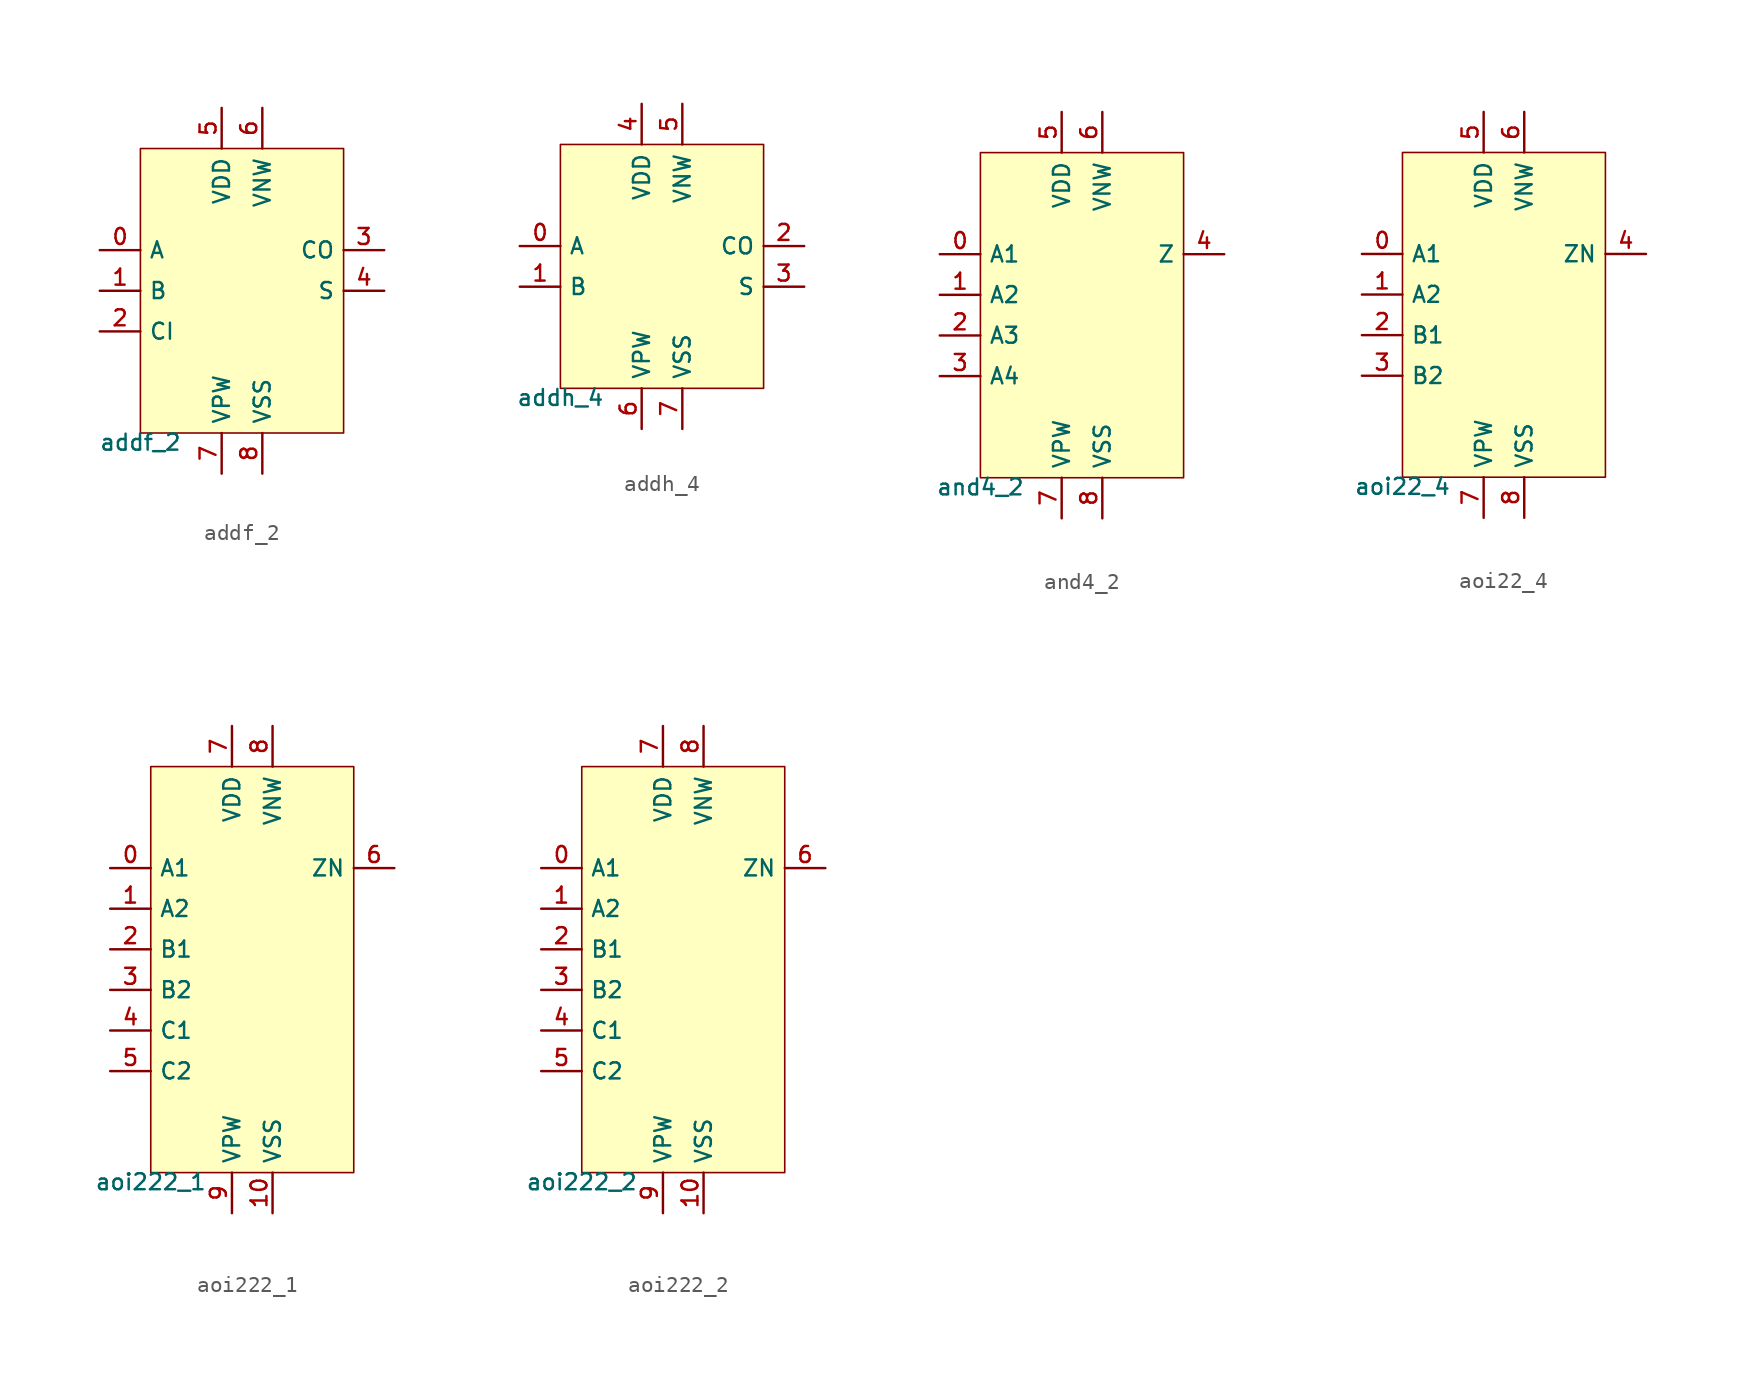
<source format=kicad_sym>
(kicad_symbol_lib
  (version 20211014)
  (generator pdk2kicad)
  (symbol "addf_2"
    (property "Reference" "X"
      (at 0 0 0)
      (effects (font (size 1 1)) hide))
    (property "Value" "addf_2"
      (at -6.35 -8.89 0)
      (effects (font (size 1 1)) (justify top)))
    (rectangle
      (start -6.35 -8.89)
      (end 6.35 8.89)
      (stroke (width 0.1) (type solid) (color 0 0 0 0))
      (fill (type background)))
    (pin input line
      (at -8.89 2.54 0)
      (length 2.54)
      (name "A" (effects (font (size 1 1)) hide))
      (number "0" (effects (font (size 1 1)) hide)))
    (pin input line
      (at -8.89 4.440892098500626e-16 0)
      (length 2.54)
      (name "B" (effects (font (size 1 1)) hide))
      (number "1" (effects (font (size 1 1)) hide)))
    (pin input line
      (at -8.89 -2.54 0)
      (length 2.54)
      (name "CI" (effects (font (size 1 1)) hide))
      (number "2" (effects (font (size 1 1)) hide)))
    (pin output line
      (at 8.89 2.54 180)
      (length 2.54)
      (name "CO" (effects (font (size 1 1)) hide))
      (number "3" (effects (font (size 1 1)) hide)))
    (pin output line
      (at 8.89 4.440892098500626e-16 180)
      (length 2.54)
      (name "S" (effects (font (size 1 1)) hide))
      (number "4" (effects (font (size 1 1)) hide)))
    (pin power_in line
      (at -1.27 11.43 270)
      (length 2.54)
      (name "VDD" (effects (font (size 1 1)) hide))
      (number "5" (effects (font (size 1 1)) hide)))
    (pin power_in line
      (at 1.27 11.43 270)
      (length 2.54)
      (name "VNW" (effects (font (size 1 1)) hide))
      (number "6" (effects (font (size 1 1)) hide)))
    (pin power_in line
      (at -1.27 -11.43 90)
      (length 2.54)
      (name "VPW" (effects (font (size 1 1)) hide))
      (number "7" (effects (font (size 1 1)) hide)))
    (pin power_in line
      (at 1.27 -11.43 90)
      (length 2.54)
      (name "VSS" (effects (font (size 1 1)) hide))
      (number "8" (effects (font (size 1 1)) hide))))
  (symbol "addh_4"
    (property "Reference" "X"
      (at 0 0 0)
      (effects (font (size 1 1)) hide))
    (property "Value" "addh_4"
      (at -6.35 -7.62 0)
      (effects (font (size 1 1)) (justify top)))
    (rectangle
      (start -6.35 -7.62)
      (end 6.35 7.62)
      (stroke (width 0.1) (type solid) (color 0 0 0 0))
      (fill (type background)))
    (pin input line
      (at -8.89 1.27 0)
      (length 2.54)
      (name "A" (effects (font (size 1 1)) hide))
      (number "0" (effects (font (size 1 1)) hide)))
    (pin input line
      (at -8.89 -1.27 0)
      (length 2.54)
      (name "B" (effects (font (size 1 1)) hide))
      (number "1" (effects (font (size 1 1)) hide)))
    (pin output line
      (at 8.89 1.27 180)
      (length 2.54)
      (name "CO" (effects (font (size 1 1)) hide))
      (number "2" (effects (font (size 1 1)) hide)))
    (pin output line
      (at 8.89 -1.27 180)
      (length 2.54)
      (name "S" (effects (font (size 1 1)) hide))
      (number "3" (effects (font (size 1 1)) hide)))
    (pin power_in line
      (at -1.27 10.16 270)
      (length 2.54)
      (name "VDD" (effects (font (size 1 1)) hide))
      (number "4" (effects (font (size 1 1)) hide)))
    (pin power_in line
      (at 1.27 10.16 270)
      (length 2.54)
      (name "VNW" (effects (font (size 1 1)) hide))
      (number "5" (effects (font (size 1 1)) hide)))
    (pin power_in line
      (at -1.27 -10.16 90)
      (length 2.54)
      (name "VPW" (effects (font (size 1 1)) hide))
      (number "6" (effects (font (size 1 1)) hide)))
    (pin power_in line
      (at 1.27 -10.16 90)
      (length 2.54)
      (name "VSS" (effects (font (size 1 1)) hide))
      (number "7" (effects (font (size 1 1)) hide))))
  (symbol "and4_2"
    (property "Reference" "X"
      (at 0 0 0)
      (effects (font (size 1 1)) hide))
    (property "Value" "and4_2"
      (at -6.35 -10.16 0)
      (effects (font (size 1 1)) (justify top)))
    (rectangle
      (start -6.35 -10.16)
      (end 6.35 10.16)
      (stroke (width 0.1) (type solid) (color 0 0 0 0))
      (fill (type background)))
    (pin input line
      (at -8.89 3.81 0)
      (length 2.54)
      (name "A1" (effects (font (size 1 1)) hide))
      (number "0" (effects (font (size 1 1)) hide)))
    (pin input line
      (at -8.89 1.27 0)
      (length 2.54)
      (name "A2" (effects (font (size 1 1)) hide))
      (number "1" (effects (font (size 1 1)) hide)))
    (pin input line
      (at -8.89 -1.27 0)
      (length 2.54)
      (name "A3" (effects (font (size 1 1)) hide))
      (number "2" (effects (font (size 1 1)) hide)))
    (pin input line
      (at -8.89 -3.81 0)
      (length 2.54)
      (name "A4" (effects (font (size 1 1)) hide))
      (number "3" (effects (font (size 1 1)) hide)))
    (pin output line
      (at 8.89 3.81 180)
      (length 2.54)
      (name "Z" (effects (font (size 1 1)) hide))
      (number "4" (effects (font (size 1 1)) hide)))
    (pin power_in line
      (at -1.27 12.7 270)
      (length 2.54)
      (name "VDD" (effects (font (size 1 1)) hide))
      (number "5" (effects (font (size 1 1)) hide)))
    (pin power_in line
      (at 1.27 12.7 270)
      (length 2.54)
      (name "VNW" (effects (font (size 1 1)) hide))
      (number "6" (effects (font (size 1 1)) hide)))
    (pin power_in line
      (at -1.27 -12.7 90)
      (length 2.54)
      (name "VPW" (effects (font (size 1 1)) hide))
      (number "7" (effects (font (size 1 1)) hide)))
    (pin power_in line
      (at 1.27 -12.7 90)
      (length 2.54)
      (name "VSS" (effects (font (size 1 1)) hide))
      (number "8" (effects (font (size 1 1)) hide))))
  (symbol "aoi22_4"
    (property "Reference" "X"
      (at 0 0 0)
      (effects (font (size 1 1)) hide))
    (property "Value" "aoi22_4"
      (at -6.35 -10.16 0)
      (effects (font (size 1 1)) (justify top)))
    (rectangle
      (start -6.35 -10.16)
      (end 6.35 10.16)
      (stroke (width 0.1) (type solid) (color 0 0 0 0))
      (fill (type background)))
    (pin input line
      (at -8.89 3.81 0)
      (length 2.54)
      (name "A1" (effects (font (size 1 1)) hide))
      (number "0" (effects (font (size 1 1)) hide)))
    (pin input line
      (at -8.89 1.27 0)
      (length 2.54)
      (name "A2" (effects (font (size 1 1)) hide))
      (number "1" (effects (font (size 1 1)) hide)))
    (pin input line
      (at -8.89 -1.27 0)
      (length 2.54)
      (name "B1" (effects (font (size 1 1)) hide))
      (number "2" (effects (font (size 1 1)) hide)))
    (pin input line
      (at -8.89 -3.81 0)
      (length 2.54)
      (name "B2" (effects (font (size 1 1)) hide))
      (number "3" (effects (font (size 1 1)) hide)))
    (pin output line
      (at 8.89 3.81 180)
      (length 2.54)
      (name "ZN" (effects (font (size 1 1)) hide))
      (number "4" (effects (font (size 1 1)) hide)))
    (pin power_in line
      (at -1.27 12.7 270)
      (length 2.54)
      (name "VDD" (effects (font (size 1 1)) hide))
      (number "5" (effects (font (size 1 1)) hide)))
    (pin power_in line
      (at 1.27 12.7 270)
      (length 2.54)
      (name "VNW" (effects (font (size 1 1)) hide))
      (number "6" (effects (font (size 1 1)) hide)))
    (pin power_in line
      (at -1.27 -12.7 90)
      (length 2.54)
      (name "VPW" (effects (font (size 1 1)) hide))
      (number "7" (effects (font (size 1 1)) hide)))
    (pin power_in line
      (at 1.27 -12.7 90)
      (length 2.54)
      (name "VSS" (effects (font (size 1 1)) hide))
      (number "8" (effects (font (size 1 1)) hide))))
  (symbol "aoi222_1"
    (property "Reference" "X"
      (at 0 0 0)
      (effects (font (size 1 1)) hide))
    (property "Value" "aoi222_1"
      (at -6.35 -12.7 0)
      (effects (font (size 1 1)) (justify top)))
    (rectangle
      (start -6.35 -12.7)
      (end 6.35 12.7)
      (stroke (width 0.1) (type solid) (color 0 0 0 0))
      (fill (type background)))
    (pin input line
      (at -8.89 6.35 0)
      (length 2.54)
      (name "A1" (effects (font (size 1 1)) hide))
      (number "0" (effects (font (size 1 1)) hide)))
    (pin input line
      (at -8.89 3.81 0)
      (length 2.54)
      (name "A2" (effects (font (size 1 1)) hide))
      (number "1" (effects (font (size 1 1)) hide)))
    (pin input line
      (at -8.89 1.27 0)
      (length 2.54)
      (name "B1" (effects (font (size 1 1)) hide))
      (number "2" (effects (font (size 1 1)) hide)))
    (pin input line
      (at -8.89 -1.27 0)
      (length 2.54)
      (name "B2" (effects (font (size 1 1)) hide))
      (number "3" (effects (font (size 1 1)) hide)))
    (pin input line
      (at -8.89 -3.81 0)
      (length 2.54)
      (name "C1" (effects (font (size 1 1)) hide))
      (number "4" (effects (font (size 1 1)) hide)))
    (pin input line
      (at -8.89 -6.35 0)
      (length 2.54)
      (name "C2" (effects (font (size 1 1)) hide))
      (number "5" (effects (font (size 1 1)) hide)))
    (pin output line
      (at 8.89 6.35 180)
      (length 2.54)
      (name "ZN" (effects (font (size 1 1)) hide))
      (number "6" (effects (font (size 1 1)) hide)))
    (pin power_in line
      (at -1.27 15.24 270)
      (length 2.54)
      (name "VDD" (effects (font (size 1 1)) hide))
      (number "7" (effects (font (size 1 1)) hide)))
    (pin power_in line
      (at 1.27 15.24 270)
      (length 2.54)
      (name "VNW" (effects (font (size 1 1)) hide))
      (number "8" (effects (font (size 1 1)) hide)))
    (pin power_in line
      (at -1.27 -15.24 90)
      (length 2.54)
      (name "VPW" (effects (font (size 1 1)) hide))
      (number "9" (effects (font (size 1 1)) hide)))
    (pin power_in line
      (at 1.27 -15.24 90)
      (length 2.54)
      (name "VSS" (effects (font (size 1 1)) hide))
      (number "10" (effects (font (size 1 1)) hide))))
  (symbol "aoi222_2"
    (property "Reference" "X"
      (at 0 0 0)
      (effects (font (size 1 1)) hide))
    (property "Value" "aoi222_2"
      (at -6.35 -12.7 0)
      (effects (font (size 1 1)) (justify top)))
    (rectangle
      (start -6.35 -12.7)
      (end 6.35 12.7)
      (stroke (width 0.1) (type solid) (color 0 0 0 0))
      (fill (type background)))
    (pin input line
      (at -8.89 6.35 0)
      (length 2.54)
      (name "A1" (effects (font (size 1 1)) hide))
      (number "0" (effects (font (size 1 1)) hide)))
    (pin input line
      (at -8.89 3.81 0)
      (length 2.54)
      (name "A2" (effects (font (size 1 1)) hide))
      (number "1" (effects (font (size 1 1)) hide)))
    (pin input line
      (at -8.89 1.27 0)
      (length 2.54)
      (name "B1" (effects (font (size 1 1)) hide))
      (number "2" (effects (font (size 1 1)) hide)))
    (pin input line
      (at -8.89 -1.27 0)
      (length 2.54)
      (name "B2" (effects (font (size 1 1)) hide))
      (number "3" (effects (font (size 1 1)) hide)))
    (pin input line
      (at -8.89 -3.81 0)
      (length 2.54)
      (name "C1" (effects (font (size 1 1)) hide))
      (number "4" (effects (font (size 1 1)) hide)))
    (pin input line
      (at -8.89 -6.35 0)
      (length 2.54)
      (name "C2" (effects (font (size 1 1)) hide))
      (number "5" (effects (font (size 1 1)) hide)))
    (pin output line
      (at 8.89 6.35 180)
      (length 2.54)
      (name "ZN" (effects (font (size 1 1)) hide))
      (number "6" (effects (font (size 1 1)) hide)))
    (pin power_in line
      (at -1.27 15.24 270)
      (length 2.54)
      (name "VDD" (effects (font (size 1 1)) hide))
      (number "7" (effects (font (size 1 1)) hide)))
    (pin power_in line
      (at 1.27 15.24 270)
      (length 2.54)
      (name "VNW" (effects (font (size 1 1)) hide))
      (number "8" (effects (font (size 1 1)) hide)))
    (pin power_in line
      (at -1.27 -15.24 90)
      (length 2.54)
      (name "VPW" (effects (font (size 1 1)) hide))
      (number "9" (effects (font (size 1 1)) hide)))
    (pin power_in line
      (at 1.27 -15.24 90)
      (length 2.54)
      (name "VSS" (effects (font (size 1 1)) hide))
      (number "10" (effects (font (size 1 1)) hide)))))
</source>
